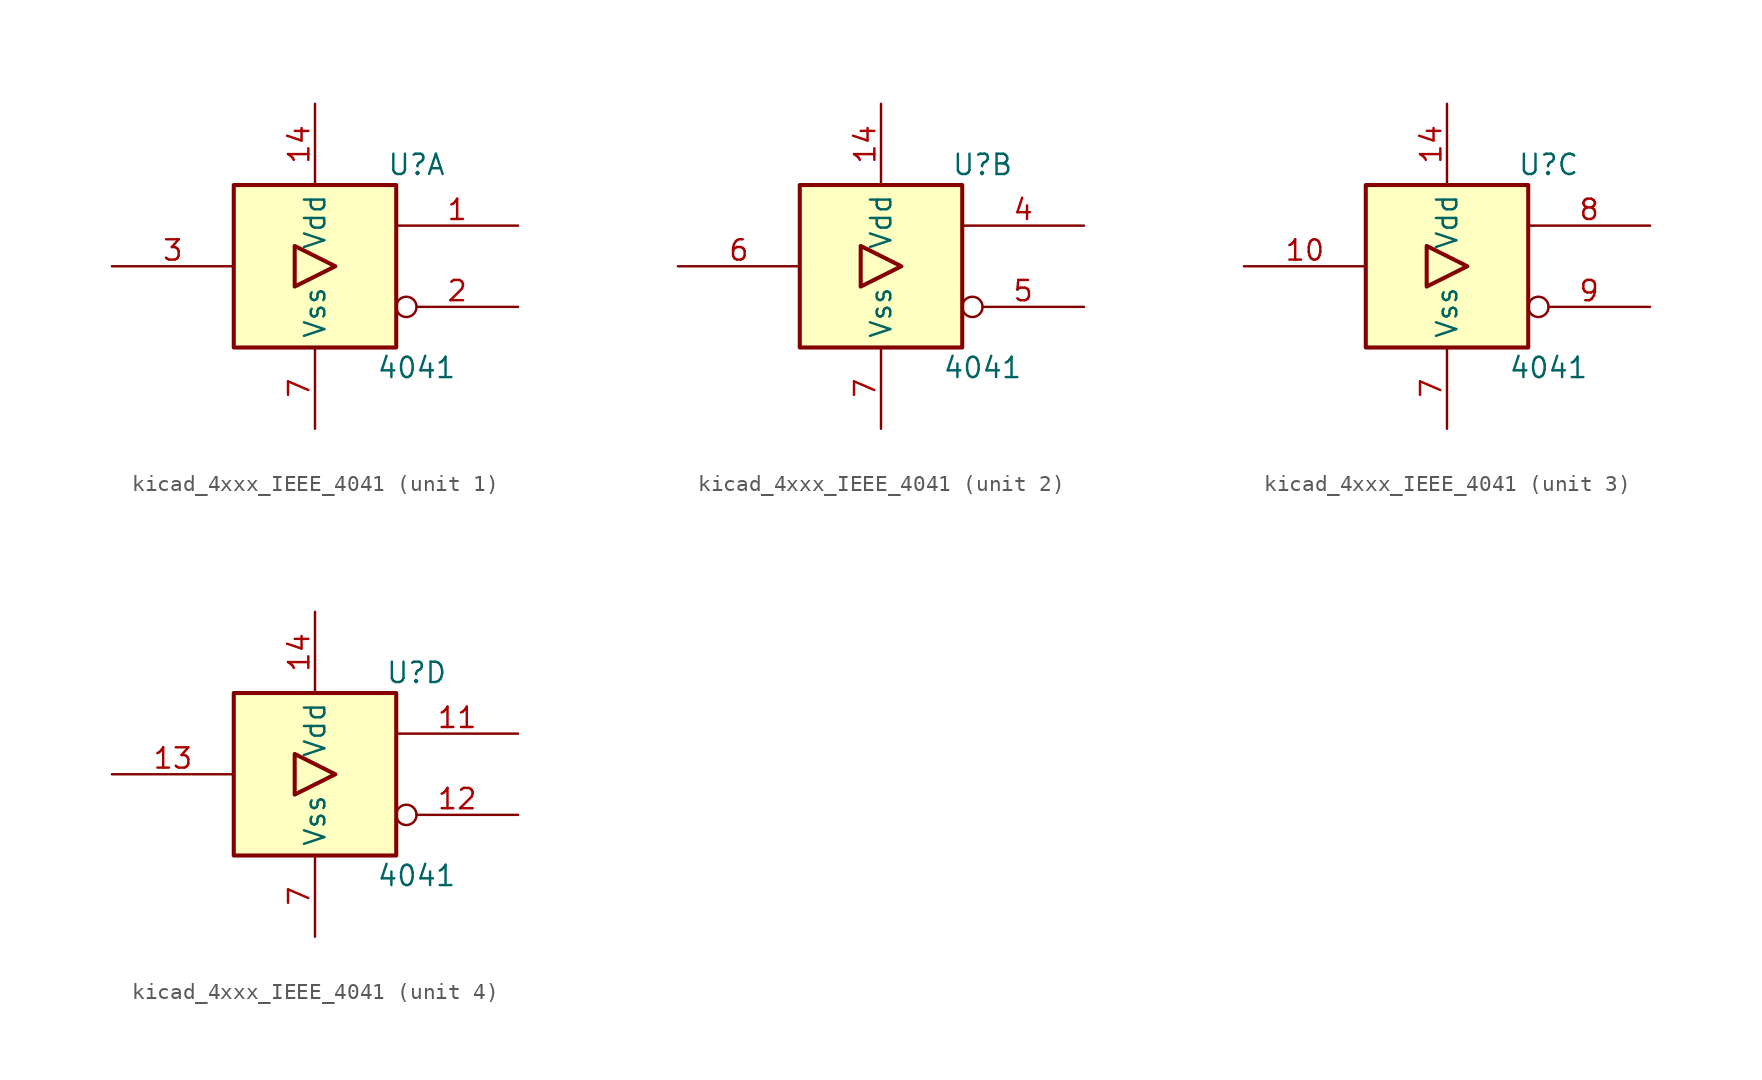
<source format=kicad_sym>
(kicad_symbol_lib
  (version 20220914)
  (generator kicad_symbol_editor)
  (symbol "kicad_4xxx_IEEE_4041"
    (property "Reference" "U"
      (at 6.35 6.35 0)
      (effects (font (size 1.27 1.27))))
    (property "Value" "4041"
      (at 6.35 -6.35 0)
      (effects (font (size 1.27 1.27))))
    (symbol "kicad_4xxx_IEEE_4041_0_0"
      (rectangle (start -5.08 5.08) (end 5.08 -5.08) (stroke (width 0.254) (type default)) (fill (type background)))
      (polyline (pts (xy -1.27 1.27) (xy -1.27 -1.27) (xy 1.27 0) (xy -1.27 1.27) (xy -1.27 1.27)) (stroke (width 0.254) (type default)) (fill (type background))))
    (symbol "kicad_4xxx_IEEE_4041_0_1"
      (pin power_in line (at 0 10.16 270) (length 5.08) (name "Vdd" (effects (font (size 1.27 1.27)))) (number "14" (effects (font (size 1.27 1.27)))))
      (pin power_in line (at 0 -10.16 90) (length 5.08) (name "Vss" (effects (font (size 1.27 1.27)))) (number "7" (effects (font (size 1.27 1.27))))))
    (symbol "kicad_4xxx_IEEE_4041_1_1"
      (pin output line (at 12.7 2.54 180) (length 7.62) (name "~" (effects (font (size 1.27 1.27)))) (number "1" (effects (font (size 1.27 1.27)))))
      (pin output inverted (at 12.7 -2.54 180) (length 7.62) (name "~" (effects (font (size 1.27 1.27)))) (number "2" (effects (font (size 1.27 1.27)))))
      (pin output line (at -12.7 0 0) (length 7.62) (name "~" (effects (font (size 1.27 1.27)))) (number "3" (effects (font (size 1.27 1.27))))))
    (symbol "kicad_4xxx_IEEE_4041_2_1"
      (pin output line (at 12.7 2.54 180) (length 7.62) (name "~" (effects (font (size 1.27 1.27)))) (number "4" (effects (font (size 1.27 1.27)))))
      (pin output inverted (at 12.7 -2.54 180) (length 7.62) (name "~" (effects (font (size 1.27 1.27)))) (number "5" (effects (font (size 1.27 1.27)))))
      (pin output line (at -12.7 0 0) (length 7.62) (name "~" (effects (font (size 1.27 1.27)))) (number "6" (effects (font (size 1.27 1.27))))))
    (symbol "kicad_4xxx_IEEE_4041_3_1"
      (pin output line (at -12.7 0 0) (length 7.62) (name "~" (effects (font (size 1.27 1.27)))) (number "10" (effects (font (size 1.27 1.27)))))
      (pin output line (at 12.7 2.54 180) (length 7.62) (name "~" (effects (font (size 1.27 1.27)))) (number "8" (effects (font (size 1.27 1.27)))))
      (pin output inverted (at 12.7 -2.54 180) (length 7.62) (name "~" (effects (font (size 1.27 1.27)))) (number "9" (effects (font (size 1.27 1.27))))))
    (symbol "kicad_4xxx_IEEE_4041_4_1"
      (pin output line (at 12.7 2.54 180) (length 7.62) (name "~" (effects (font (size 1.27 1.27)))) (number "11" (effects (font (size 1.27 1.27)))))
      (pin output inverted (at 12.7 -2.54 180) (length 7.62) (name "~" (effects (font (size 1.27 1.27)))) (number "12" (effects (font (size 1.27 1.27)))))
      (pin output line (at -12.7 0 0) (length 7.62) (name "~" (effects (font (size 1.27 1.27)))) (number "13" (effects (font (size 1.27 1.27))))))))
</source>
